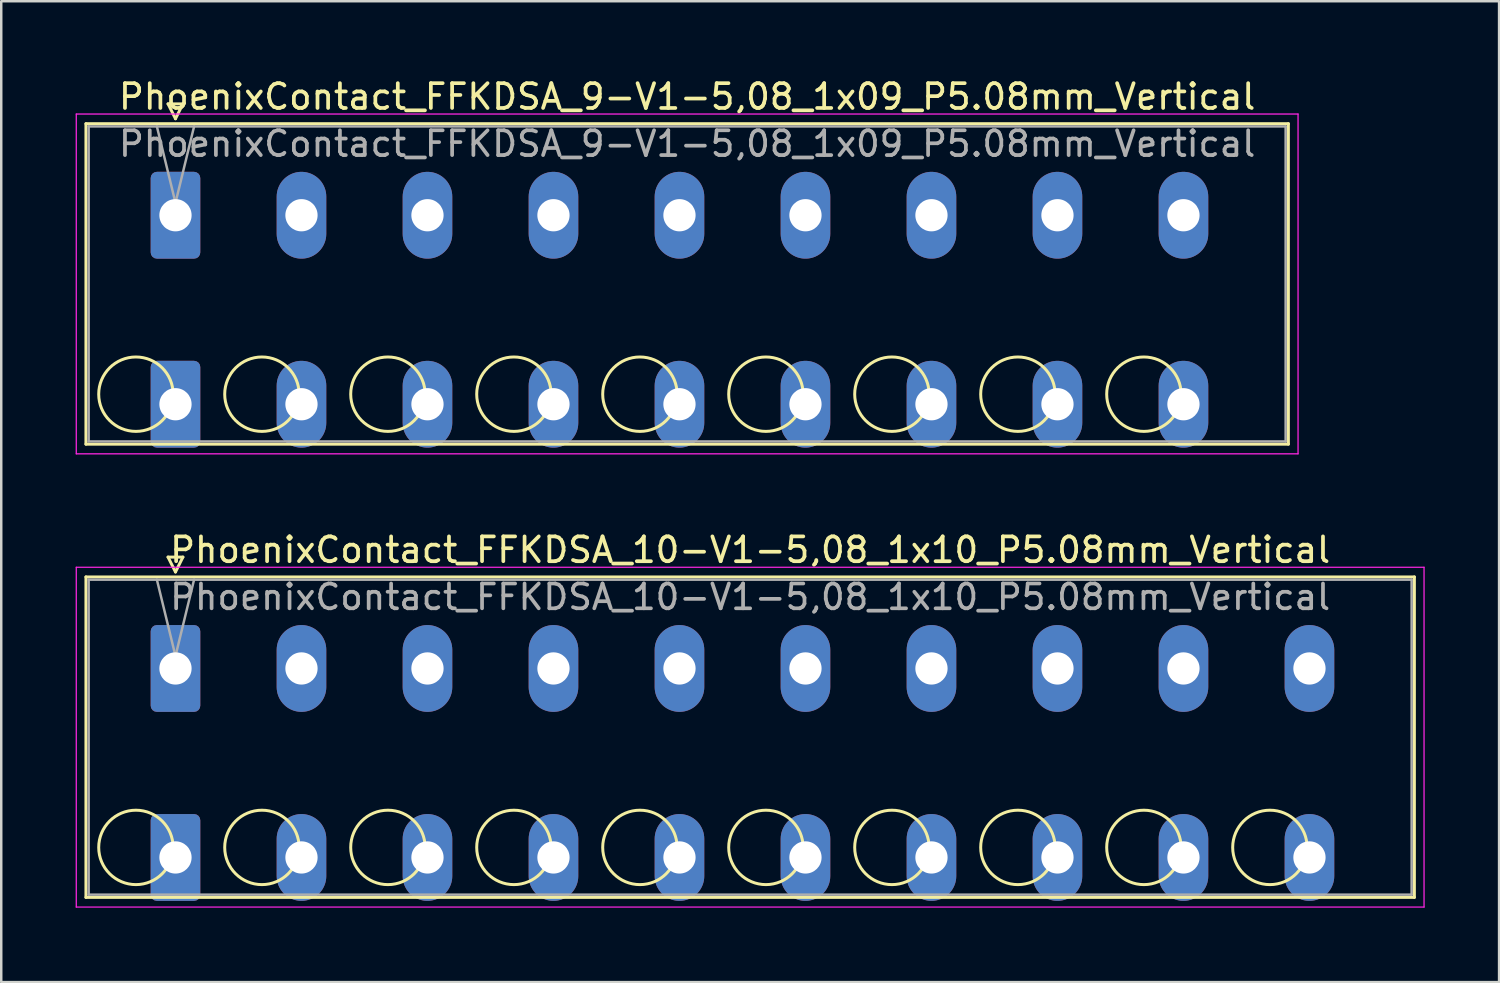
<source format=kicad_pcb>
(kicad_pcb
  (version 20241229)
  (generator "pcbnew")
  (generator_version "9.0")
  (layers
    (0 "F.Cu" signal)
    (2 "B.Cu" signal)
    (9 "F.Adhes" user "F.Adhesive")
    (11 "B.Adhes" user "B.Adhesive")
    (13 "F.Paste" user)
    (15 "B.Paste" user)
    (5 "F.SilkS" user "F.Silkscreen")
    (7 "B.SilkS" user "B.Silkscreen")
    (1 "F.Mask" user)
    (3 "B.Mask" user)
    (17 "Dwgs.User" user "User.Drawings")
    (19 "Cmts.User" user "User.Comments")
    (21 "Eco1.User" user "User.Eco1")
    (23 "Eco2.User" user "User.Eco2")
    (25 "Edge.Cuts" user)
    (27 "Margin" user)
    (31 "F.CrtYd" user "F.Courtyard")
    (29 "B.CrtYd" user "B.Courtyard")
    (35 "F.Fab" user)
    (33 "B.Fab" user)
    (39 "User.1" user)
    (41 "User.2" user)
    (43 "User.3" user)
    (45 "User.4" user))
  (footprint "PhoenixContact_FFKDSA_9-V1-5,08_1x09_P5.08mm_Vertical"
    (layer "F.Cu")
    (at 4.025 5.628)
    (property "Reference" "PhoenixContact_FFKDSA_9-V1-5,08_1x09_P5.08mm_Vertical" (at 20.63 -4.78 0) (layer "F.SilkS") (effects (font (size 1 1) (thickness 0.15))))
    (attr through_hole)
    (fp_line (start -3.61 -3.69) (end -3.61 9.23) (stroke (width 0.12) (type solid)) (layer "F.SilkS"))
    (fp_line (start -3.61 9.23) (end 44.87 9.23) (stroke (width 0.12) (type solid)) (layer "F.SilkS"))
    (fp_line (start -0.3 -4.49) (end 0.3 -4.49) (stroke (width 0.12) (type solid)) (layer "F.SilkS"))
    (fp_line (start 0 -3.89) (end -0.3 -4.49) (stroke (width 0.12) (type solid)) (layer "F.SilkS"))
    (fp_line (start 0.3 -4.49) (end 0 -3.89) (stroke (width 0.12) (type solid)) (layer "F.SilkS"))
    (fp_line (start 44.87 -3.69) (end -3.61 -3.69) (stroke (width 0.12) (type solid)) (layer "F.SilkS"))
    (fp_line (start 44.87 9.23) (end 44.87 -3.69) (stroke (width 0.12) (type solid)) (layer "F.SilkS"))
    (fp_circle (center -1.595 7.215) (end -0.095 7.215) (stroke (width 0.12) (type solid)) (fill no) (layer "F.SilkS"))
    (fp_circle (center 3.485 7.215) (end 4.985 7.215) (stroke (width 0.12) (type solid)) (fill no) (layer "F.SilkS"))
    (fp_circle (center 8.565 7.215) (end 10.065 7.215) (stroke (width 0.12) (type solid)) (fill no) (layer "F.SilkS"))
    (fp_circle (center 13.645 7.215) (end 15.145 7.215) (stroke (width 0.12) (type solid)) (fill no) (layer "F.SilkS"))
    (fp_circle (center 18.725 7.215) (end 20.225 7.215) (stroke (width 0.12) (type solid)) (fill no) (layer "F.SilkS"))
    (fp_circle (center 23.805 7.215) (end 25.305 7.215) (stroke (width 0.12) (type solid)) (fill no) (layer "F.SilkS"))
    (fp_circle (center 28.885 7.215) (end 30.385 7.215) (stroke (width 0.12) (type solid)) (fill no) (layer "F.SilkS"))
    (fp_circle (center 33.965 7.215) (end 35.465 7.215) (stroke (width 0.12) (type solid)) (fill no) (layer "F.SilkS"))
    (fp_circle (center 39.045 7.215) (end 40.545 7.215) (stroke (width 0.12) (type solid)) (fill no) (layer "F.SilkS"))
    (fp_line (start -4 -4.08) (end -4 9.62) (stroke (width 0.05) (type solid)) (layer "F.CrtYd"))
    (fp_line (start -4 9.62) (end 45.26 9.62) (stroke (width 0.05) (type solid)) (layer "F.CrtYd"))
    (fp_line (start 45.26 -4.08) (end -4 -4.08) (stroke (width 0.05) (type solid)) (layer "F.CrtYd"))
    (fp_line (start 45.26 9.62) (end 45.26 -4.08) (stroke (width 0.05) (type solid)) (layer "F.CrtYd"))
    (fp_line (start -3.5 -3.58) (end -3.5 9.12) (stroke (width 0.1) (type solid)) (layer "F.Fab"))
    (fp_line (start -3.5 9.12) (end 44.76 9.12) (stroke (width 0.1) (type solid)) (layer "F.Fab"))
    (fp_line (start 0 -0.5) (end -0.75 -3.58) (stroke (width 0.1) (type solid)) (layer "F.Fab"))
    (fp_line (start 0.75 -3.58) (end 0 -0.5) (stroke (width 0.1) (type solid)) (layer "F.Fab"))
    (fp_line (start 44.76 -3.58) (end -3.5 -3.58) (stroke (width 0.1) (type solid)) (layer "F.Fab"))
    (fp_line (start 44.76 9.12) (end 44.76 -3.58) (stroke (width 0.1) (type solid)) (layer "F.Fab"))
    (fp_text user "${REFERENCE}" (at 20.63 -2.88 0) (layer "F.Fab") (effects (font (size 1 1) (thickness 0.15))))
    (pad "1" thru_hole roundrect (at 0 0) (size 2 3.5) (drill 1.3) (layers "*.Cu" "*.Mask") (roundrect_rratio 0.125))
    (pad "1" thru_hole roundrect (at 0 7.62) (size 2 3.5) (drill 1.3) (layers "*.Cu" "*.Mask") (roundrect_rratio 0.125))
    (pad "2" thru_hole oval (at 5.08 0) (size 2 3.5) (drill 1.3) (layers "*.Cu" "*.Mask"))
    (pad "2" thru_hole oval (at 5.08 7.62) (size 2 3.5) (drill 1.3) (layers "*.Cu" "*.Mask"))
    (pad "3" thru_hole oval (at 10.16 0) (size 2 3.5) (drill 1.3) (layers "*.Cu" "*.Mask"))
    (pad "3" thru_hole oval (at 10.16 7.62) (size 2 3.5) (drill 1.3) (layers "*.Cu" "*.Mask"))
    (pad "4" thru_hole oval (at 15.24 0) (size 2 3.5) (drill 1.3) (layers "*.Cu" "*.Mask"))
    (pad "4" thru_hole oval (at 15.24 7.62) (size 2 3.5) (drill 1.3) (layers "*.Cu" "*.Mask"))
    (pad "5" thru_hole oval (at 20.32 0) (size 2 3.5) (drill 1.3) (layers "*.Cu" "*.Mask"))
    (pad "5" thru_hole oval (at 20.32 7.62) (size 2 3.5) (drill 1.3) (layers "*.Cu" "*.Mask"))
    (pad "6" thru_hole oval (at 25.4 0) (size 2 3.5) (drill 1.3) (layers "*.Cu" "*.Mask"))
    (pad "6" thru_hole oval (at 25.4 7.62) (size 2 3.5) (drill 1.3) (layers "*.Cu" "*.Mask"))
    (pad "7" thru_hole oval (at 30.48 0) (size 2 3.5) (drill 1.3) (layers "*.Cu" "*.Mask"))
    (pad "7" thru_hole oval (at 30.48 7.62) (size 2 3.5) (drill 1.3) (layers "*.Cu" "*.Mask"))
    (pad "8" thru_hole oval (at 35.56 0) (size 2 3.5) (drill 1.3) (layers "*.Cu" "*.Mask"))
    (pad "8" thru_hole oval (at 35.56 7.62) (size 2 3.5) (drill 1.3) (layers "*.Cu" "*.Mask"))
    (pad "9" thru_hole oval (at 40.64 0) (size 2 3.5) (drill 1.3) (layers "*.Cu" "*.Mask"))
    (pad "9" thru_hole oval (at 40.64 7.62) (size 2 3.5) (drill 1.3) (layers "*.Cu" "*.Mask")))
  (footprint "PhoenixContact_FFKDSA_10-V1-5,08_1x10_P5.08mm_Vertical"
    (layer "F.Cu")
    (at 4.025 23.901)
    (property "Reference" "PhoenixContact_FFKDSA_10-V1-5,08_1x10_P5.08mm_Vertical" (at 23.17 -4.78 0) (layer "F.SilkS") (effects (font (size 1 1) (thickness 0.15))))
    (attr through_hole)
    (fp_line (start -3.61 -3.69) (end -3.61 9.23) (stroke (width 0.12) (type solid)) (layer "F.SilkS"))
    (fp_line (start -3.61 9.23) (end 49.95 9.23) (stroke (width 0.12) (type solid)) (layer "F.SilkS"))
    (fp_line (start -0.3 -4.49) (end 0.3 -4.49) (stroke (width 0.12) (type solid)) (layer "F.SilkS"))
    (fp_line (start 0 -3.89) (end -0.3 -4.49) (stroke (width 0.12) (type solid)) (layer "F.SilkS"))
    (fp_line (start 0.3 -4.49) (end 0 -3.89) (stroke (width 0.12) (type solid)) (layer "F.SilkS"))
    (fp_line (start 49.95 -3.69) (end -3.61 -3.69) (stroke (width 0.12) (type solid)) (layer "F.SilkS"))
    (fp_line (start 49.95 9.23) (end 49.95 -3.69) (stroke (width 0.12) (type solid)) (layer "F.SilkS"))
    (fp_circle (center -1.595 7.215) (end -0.095 7.215) (stroke (width 0.12) (type solid)) (fill no) (layer "F.SilkS"))
    (fp_circle (center 3.485 7.215) (end 4.985 7.215) (stroke (width 0.12) (type solid)) (fill no) (layer "F.SilkS"))
    (fp_circle (center 8.565 7.215) (end 10.065 7.215) (stroke (width 0.12) (type solid)) (fill no) (layer "F.SilkS"))
    (fp_circle (center 13.645 7.215) (end 15.145 7.215) (stroke (width 0.12) (type solid)) (fill no) (layer "F.SilkS"))
    (fp_circle (center 18.725 7.215) (end 20.225 7.215) (stroke (width 0.12) (type solid)) (fill no) (layer "F.SilkS"))
    (fp_circle (center 23.805 7.215) (end 25.305 7.215) (stroke (width 0.12) (type solid)) (fill no) (layer "F.SilkS"))
    (fp_circle (center 28.885 7.215) (end 30.385 7.215) (stroke (width 0.12) (type solid)) (fill no) (layer "F.SilkS"))
    (fp_circle (center 33.965 7.215) (end 35.465 7.215) (stroke (width 0.12) (type solid)) (fill no) (layer "F.SilkS"))
    (fp_circle (center 39.045 7.215) (end 40.545 7.215) (stroke (width 0.12) (type solid)) (fill no) (layer "F.SilkS"))
    (fp_circle (center 44.125 7.215) (end 45.625 7.215) (stroke (width 0.12) (type solid)) (fill no) (layer "F.SilkS"))
    (fp_line (start -4 -4.08) (end -4 9.62) (stroke (width 0.05) (type solid)) (layer "F.CrtYd"))
    (fp_line (start -4 9.62) (end 50.34 9.62) (stroke (width 0.05) (type solid)) (layer "F.CrtYd"))
    (fp_line (start 50.34 -4.08) (end -4 -4.08) (stroke (width 0.05) (type solid)) (layer "F.CrtYd"))
    (fp_line (start 50.34 9.62) (end 50.34 -4.08) (stroke (width 0.05) (type solid)) (layer "F.CrtYd"))
    (fp_line (start -3.5 -3.58) (end -3.5 9.12) (stroke (width 0.1) (type solid)) (layer "F.Fab"))
    (fp_line (start -3.5 9.12) (end 49.84 9.12) (stroke (width 0.1) (type solid)) (layer "F.Fab"))
    (fp_line (start 0 -0.5) (end -0.75 -3.58) (stroke (width 0.1) (type solid)) (layer "F.Fab"))
    (fp_line (start 0.75 -3.58) (end 0 -0.5) (stroke (width 0.1) (type solid)) (layer "F.Fab"))
    (fp_line (start 49.84 -3.58) (end -3.5 -3.58) (stroke (width 0.1) (type solid)) (layer "F.Fab"))
    (fp_line (start 49.84 9.12) (end 49.84 -3.58) (stroke (width 0.1) (type solid)) (layer "F.Fab"))
    (fp_text user "${REFERENCE}" (at 23.17 -2.88 0) (layer "F.Fab") (effects (font (size 1 1) (thickness 0.15))))
    (pad "1" thru_hole roundrect (at 0 0) (size 2 3.5) (drill 1.3) (layers "*.Cu" "*.Mask") (roundrect_rratio 0.125))
    (pad "1" thru_hole roundrect (at 0 7.62) (size 2 3.5) (drill 1.3) (layers "*.Cu" "*.Mask") (roundrect_rratio 0.125))
    (pad "2" thru_hole oval (at 5.08 0) (size 2 3.5) (drill 1.3) (layers "*.Cu" "*.Mask"))
    (pad "2" thru_hole oval (at 5.08 7.62) (size 2 3.5) (drill 1.3) (layers "*.Cu" "*.Mask"))
    (pad "3" thru_hole oval (at 10.16 0) (size 2 3.5) (drill 1.3) (layers "*.Cu" "*.Mask"))
    (pad "3" thru_hole oval (at 10.16 7.62) (size 2 3.5) (drill 1.3) (layers "*.Cu" "*.Mask"))
    (pad "4" thru_hole oval (at 15.24 0) (size 2 3.5) (drill 1.3) (layers "*.Cu" "*.Mask"))
    (pad "4" thru_hole oval (at 15.24 7.62) (size 2 3.5) (drill 1.3) (layers "*.Cu" "*.Mask"))
    (pad "5" thru_hole oval (at 20.32 0) (size 2 3.5) (drill 1.3) (layers "*.Cu" "*.Mask"))
    (pad "5" thru_hole oval (at 20.32 7.62) (size 2 3.5) (drill 1.3) (layers "*.Cu" "*.Mask"))
    (pad "6" thru_hole oval (at 25.4 0) (size 2 3.5) (drill 1.3) (layers "*.Cu" "*.Mask"))
    (pad "6" thru_hole oval (at 25.4 7.62) (size 2 3.5) (drill 1.3) (layers "*.Cu" "*.Mask"))
    (pad "7" thru_hole oval (at 30.48 0) (size 2 3.5) (drill 1.3) (layers "*.Cu" "*.Mask"))
    (pad "7" thru_hole oval (at 30.48 7.62) (size 2 3.5) (drill 1.3) (layers "*.Cu" "*.Mask"))
    (pad "8" thru_hole oval (at 35.56 0) (size 2 3.5) (drill 1.3) (layers "*.Cu" "*.Mask"))
    (pad "8" thru_hole oval (at 35.56 7.62) (size 2 3.5) (drill 1.3) (layers "*.Cu" "*.Mask"))
    (pad "9" thru_hole oval (at 40.64 0) (size 2 3.5) (drill 1.3) (layers "*.Cu" "*.Mask"))
    (pad "9" thru_hole oval (at 40.64 7.62) (size 2 3.5) (drill 1.3) (layers "*.Cu" "*.Mask"))
    (pad "10" thru_hole oval (at 45.72 0) (size 2 3.5) (drill 1.3) (layers "*.Cu" "*.Mask"))
    (pad "10" thru_hole oval (at 45.72 7.62) (size 2 3.5) (drill 1.3) (layers "*.Cu" "*.Mask")))
  (gr_rect
    (start -3 -3)
    (end 57.39 36.547)
    (stroke (width 0.1) (type default))
    (fill no)
    (layer "Edge.Cuts")))
</source>
